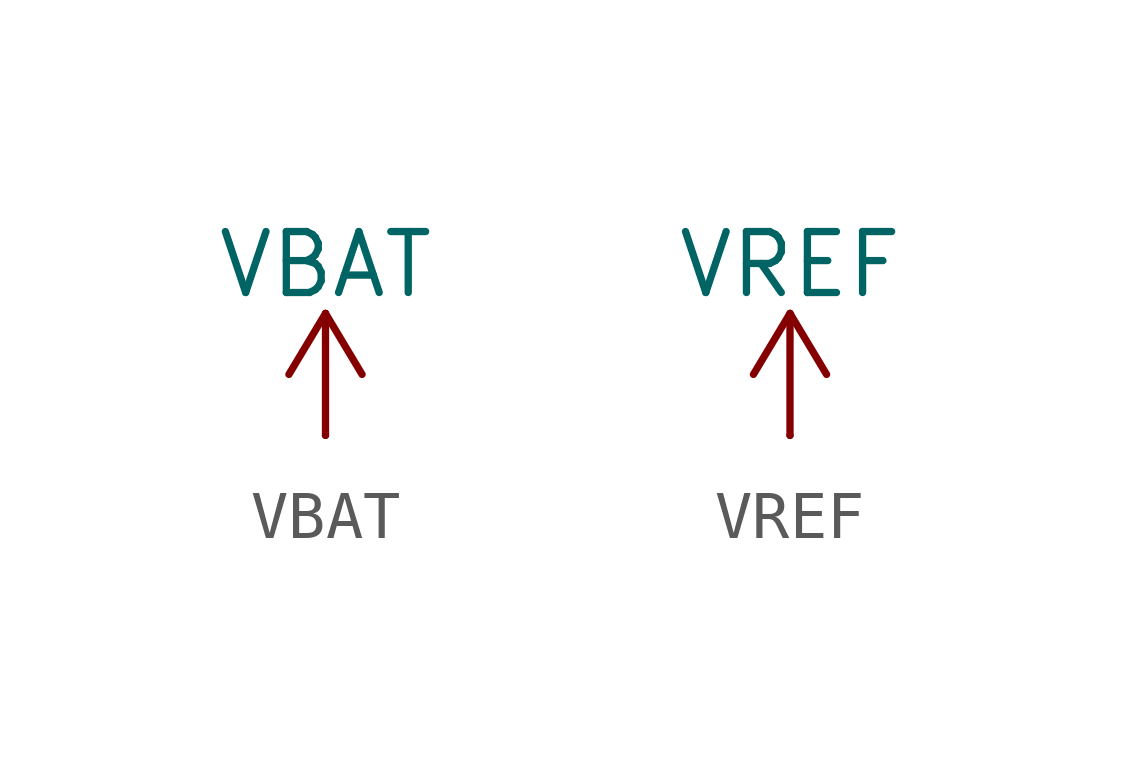
<source format=kicad_sym>
(kicad_symbol_lib
  (version 20241209)
  (generator "kicad_symbol_editor")
  (generator_version "9.0")
  (symbol "VBAT"
    (power)
    (pin_numbers
      (hide yes))
    (pin_names
      (offset 0)
      (hide yes))
    (property "Reference" "#PWR"
      (at 0 -3.81 0)
      (effects (font (size 1.27 1.27)) (hide yes)))
    (property "Value" "VBAT"
      (at 0 3.556 0)
      (effects (font (size 1.27 1.27))))
    (symbol "VBAT_0_1"
      (polyline (pts (xy -0.762 1.27) (xy 0 2.54)) (stroke (width 0) (type default)) (fill (type none)))
      (polyline (pts (xy 0 2.54) (xy 0.762 1.27)) (stroke (width 0) (type default)) (fill (type none)))
      (polyline (pts (xy 0 0) (xy 0 2.54)) (stroke (width 0) (type default)) (fill (type none))))
    (symbol "VBAT_1_1"
      (pin power_in line (at 0 0 90) (length 0) (name "~" (effects (font (size 1.27 1.27)))) (number "1" (effects (font (size 1.27 1.27)))))))
  (symbol "VREF"
    (power)
    (pin_numbers
      (hide yes))
    (pin_names
      (offset 0)
      (hide yes))
    (property "Reference" "#PWR"
      (at 0 -3.81 0)
      (effects (font (size 1.27 1.27)) (hide yes)))
    (property "Value" "VREF"
      (at 0 3.556 0)
      (effects (font (size 1.27 1.27))))
    (symbol "VREF_0_1"
      (polyline (pts (xy -0.762 1.27) (xy 0 2.54)) (stroke (width 0) (type default)) (fill (type none)))
      (polyline (pts (xy 0 2.54) (xy 0.762 1.27)) (stroke (width 0) (type default)) (fill (type none)))
      (polyline (pts (xy 0 0) (xy 0 2.54)) (stroke (width 0) (type default)) (fill (type none))))
    (symbol "VREF_1_1"
      (pin power_in line (at 0 0 90) (length 0) (name "~" (effects (font (size 1.27 1.27)))) (number "1" (effects (font (size 1.27 1.27))))))))
</source>
